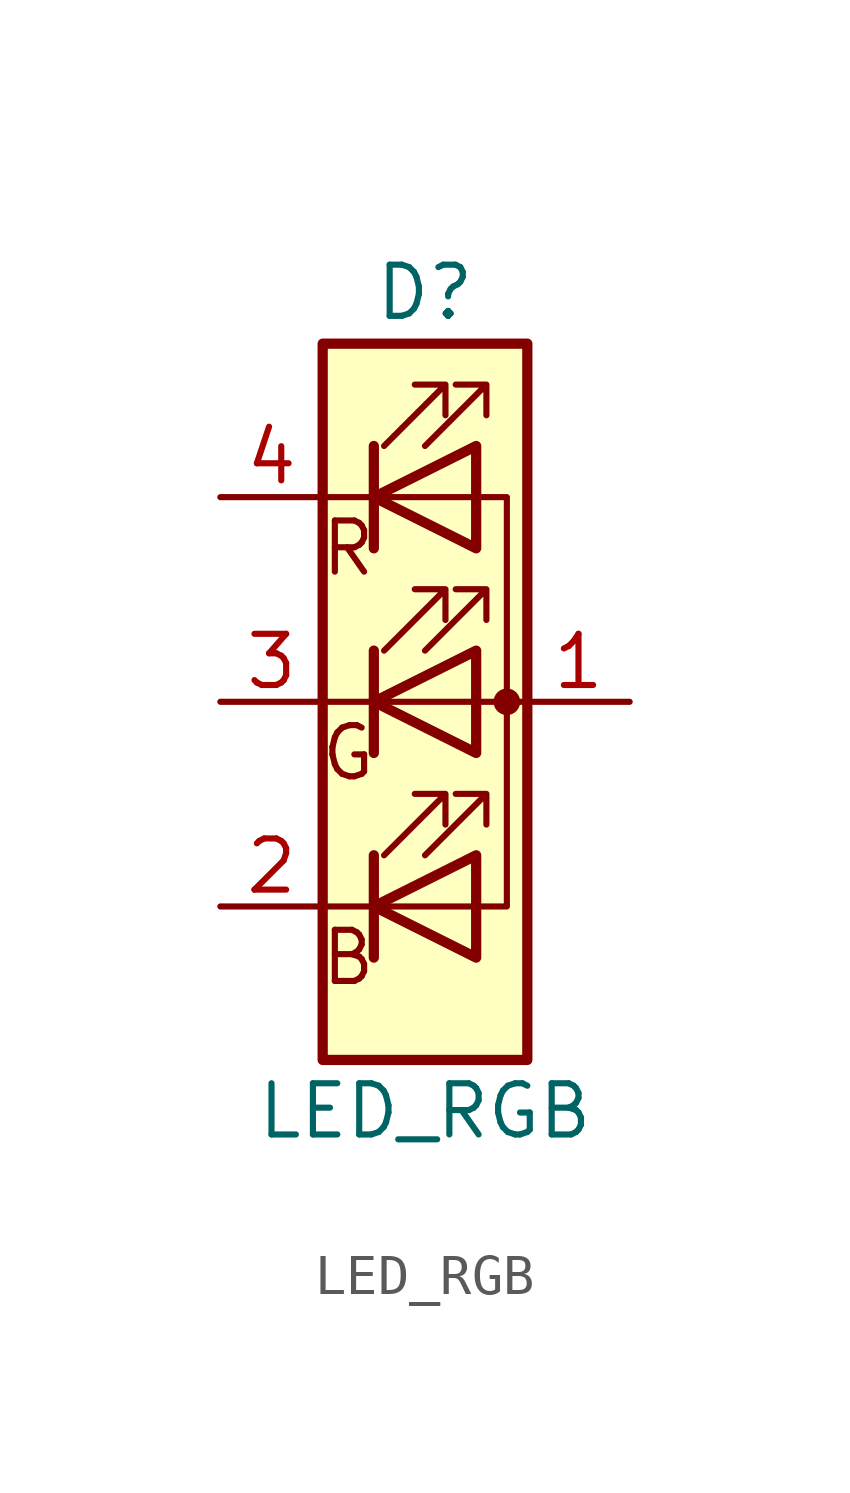
<source format=kicad_sym>
(kicad_symbol_lib
  (version 20231120)
  (generator "kicad_symbol_editor")
  (generator_version "8.0")
  (symbol "LED_RGB"
    (pin_names
      (offset 0) hide)
    (property "Reference" "D"
      (at 0 10.16 0)
      (effects (font (size 1.27 1.27))))
    (property "Value" "LED_RGB"
      (at 0 -10.16 0)
      (effects (font (size 1.27 1.27))))
    (symbol "LED_RGB_0_0"
      (text "B" (at -1.905 -6.35 0) (effects (font (size 1.27 1.27))))
      (text "G" (at -1.905 -1.27 0) (effects (font (size 1.27 1.27))))
      (text "R" (at -1.905 3.81 0) (effects (font (size 1.27 1.27)))))
    (symbol "LED_RGB_0_1"
      (rectangle (start -2.54 -8.89) (end 2.54 8.89) (stroke (width 0.254) (type default)) (fill (type background)))
      (polyline (pts (xy -2.54 -5.08) (xy 1.27 -5.08)) (stroke (width 0) (type default)) (fill (type none)))
      (polyline (pts (xy -1.27 -3.81) (xy -1.27 -6.35)) (stroke (width 0.254) (type default)) (fill (type none)))
      (polyline (pts (xy -1.27 1.27) (xy -1.27 -1.27)) (stroke (width 0.254) (type default)) (fill (type none)))
      (polyline (pts (xy -1.27 6.35) (xy -1.27 3.81)) (stroke (width 0.254) (type default)) (fill (type none)))
      (polyline (pts (xy 1.27 5.08) (xy -2.54 5.08)) (stroke (width 0) (type default)) (fill (type none)))
      (polyline (pts (xy 2.54 0) (xy -2.54 0)) (stroke (width 0) (type default)) (fill (type none)))
      (polyline (pts (xy 1.27 -5.08) (xy 2.032 -5.08) (xy 2.032 5.08) (xy 1.27 5.08)) (stroke (width 0) (type default)) (fill (type none)))
      (polyline (pts (xy 1.27 -3.81) (xy 1.27 -6.35) (xy -1.27 -5.08) (xy 1.27 -3.81)) (stroke (width 0.254) (type default)) (fill (type none)))
      (polyline (pts (xy 1.27 1.27) (xy 1.27 -1.27) (xy -1.27 0) (xy 1.27 1.27)) (stroke (width 0.254) (type default)) (fill (type none)))
      (polyline (pts (xy 1.27 6.35) (xy 1.27 3.81) (xy -1.27 5.08) (xy 1.27 6.35)) (stroke (width 0.254) (type default)) (fill (type none)))
      (polyline (pts (xy -1.016 -3.81) (xy 0.508 -2.286) (xy -0.254 -2.286) (xy 0.508 -2.286) (xy 0.508 -3.048)) (stroke (width 0) (type default)) (fill (type none)))
      (polyline (pts (xy -1.016 1.27) (xy 0.508 2.794) (xy -0.254 2.794) (xy 0.508 2.794) (xy 0.508 2.032)) (stroke (width 0) (type default)) (fill (type none)))
      (polyline (pts (xy -1.016 6.35) (xy 0.508 7.874) (xy -0.254 7.874) (xy 0.508 7.874) (xy 0.508 7.112)) (stroke (width 0) (type default)) (fill (type none)))
      (polyline (pts (xy 0 -3.81) (xy 1.524 -2.286) (xy 0.762 -2.286) (xy 1.524 -2.286) (xy 1.524 -3.048)) (stroke (width 0) (type default)) (fill (type none)))
      (polyline (pts (xy 0 1.27) (xy 1.524 2.794) (xy 0.762 2.794) (xy 1.524 2.794) (xy 1.524 2.032)) (stroke (width 0) (type default)) (fill (type none)))
      (polyline (pts (xy 0 6.35) (xy 1.524 7.874) (xy 0.762 7.874) (xy 1.524 7.874) (xy 1.524 7.112)) (stroke (width 0) (type default)) (fill (type none)))
      (rectangle (start 1.27 6.35) (end 1.27 6.35) (stroke (width 0) (type default)) (fill (type none)))
      (circle (center 2.032 0) (radius 0.254) (stroke (width 0) (type default)) (fill (type outline))))
    (symbol "LED_RGB_1_1"
      (pin passive line (at 5.08 0 180) (length 2.54) (name "A" (effects (font (size 1.27 1.27)))) (number "1" (effects (font (size 1.27 1.27)))))
      (pin passive line (at -5.08 -5.08 0) (length 2.54) (name "BK" (effects (font (size 1.27 1.27)))) (number "2" (effects (font (size 1.27 1.27)))))
      (pin passive line (at -5.08 0 0) (length 2.54) (name "GK" (effects (font (size 1.27 1.27)))) (number "3" (effects (font (size 1.27 1.27)))))
      (pin passive line (at -5.08 5.08 0) (length 2.54) (name "RK" (effects (font (size 1.27 1.27)))) (number "4" (effects (font (size 1.27 1.27))))))))
</source>
